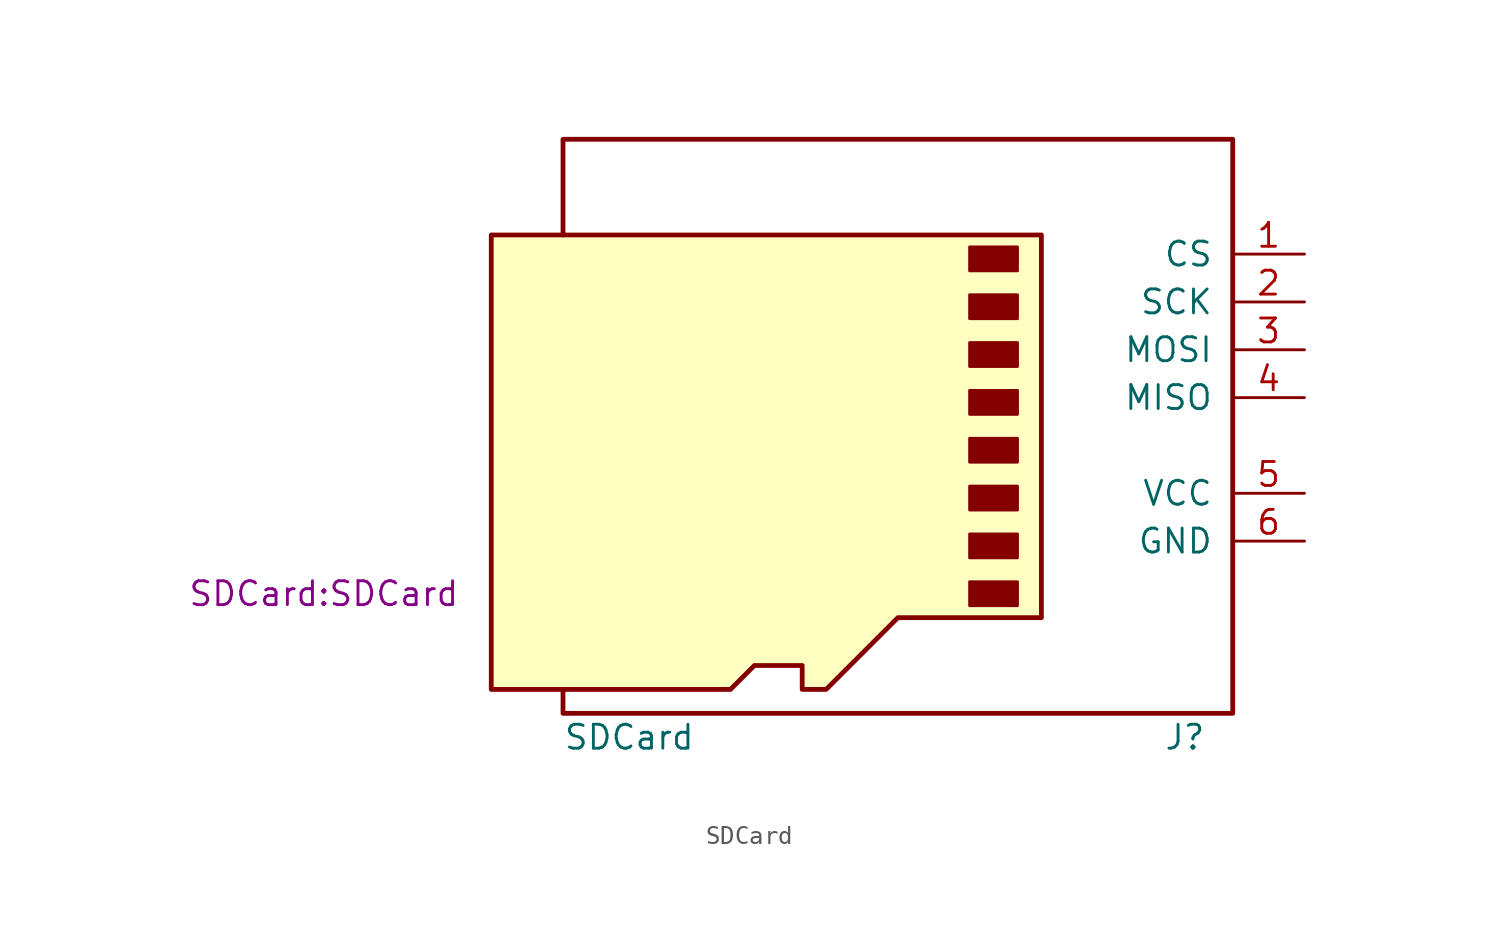
<source format=kicad_sym>
(kicad_symbol_lib
  (version 20241209)
  (generator "kicad_symbol_editor")
  (generator_version "9.0")
  (symbol "SDCard"
    (pin_names
      (offset 1.016))
    (property "Reference" "J"
      (at 16.51 -15.494 0)
      (effects (font (size 1.27 1.27))))
    (property "Value" "SDCard"
      (at -16.51 -15.494 0)
      (effects (font (size 1.27 1.27)) (justify left)))
    (property "Footprint" "SDCard:SDCard"
      (at -29.21 -7.874 0)
      (effects (font (size 1.27 1.27))))
    (symbol "SDCard_0_1"
      (polyline (pts (xy -16.51 -12.954) (xy -16.51 -14.224) (xy 19.05 -14.224) (xy 19.05 16.256) (xy -16.51 16.256) (xy -16.51 11.176)) (stroke (width 0.254) (type default)) (fill (type none)))
      (rectangle (start 7.62 9.271) (end 5.08 10.541) (stroke (width 0) (type default)) (fill (type outline)))
      (rectangle (start 7.62 6.731) (end 5.08 8.001) (stroke (width 0) (type default)) (fill (type outline)))
      (rectangle (start 7.62 4.191) (end 5.08 5.461) (stroke (width 0) (type default)) (fill (type outline)))
      (rectangle (start 7.62 1.651) (end 5.08 2.921) (stroke (width 0) (type default)) (fill (type outline)))
      (rectangle (start 7.62 -0.889) (end 5.08 0.381) (stroke (width 0) (type default)) (fill (type outline)))
      (rectangle (start 7.62 -3.429) (end 5.08 -2.159) (stroke (width 0) (type default)) (fill (type outline)))
      (rectangle (start 7.62 -5.969) (end 5.08 -4.699) (stroke (width 0) (type default)) (fill (type outline)))
      (rectangle (start 7.62 -8.509) (end 5.08 -7.239) (stroke (width 0) (type default)) (fill (type outline)))
      (polyline (pts (xy 8.89 11.176) (xy 8.89 -9.144) (xy 1.27 -9.144) (xy -2.54 -12.954) (xy -3.81 -12.954) (xy -3.81 -11.684) (xy -6.35 -11.684) (xy -7.62 -12.954) (xy -20.32 -12.954) (xy -20.32 11.176) (xy 8.89 11.176)) (stroke (width 0.254) (type default)) (fill (type background))))
    (symbol "SDCard_1_1"
      (pin input line (at 22.86 10.16 180) (length 3.81) (name "CS" (effects (font (size 1.27 1.27)))) (number "1" (effects (font (size 1.27 1.27)))))
      (pin input line (at 22.86 7.62 180) (length 3.81) (name "SCK" (effects (font (size 1.27 1.27)))) (number "2" (effects (font (size 1.27 1.27)))))
      (pin input line (at 22.86 5.08 180) (length 3.81) (name "MOSI" (effects (font (size 1.27 1.27)))) (number "3" (effects (font (size 1.27 1.27)))))
      (pin output line (at 22.86 2.54 180) (length 3.81) (name "MISO" (effects (font (size 1.27 1.27)))) (number "4" (effects (font (size 1.27 1.27)))))
      (pin power_in line (at 22.86 -2.54 180) (length 3.81) (name "VCC" (effects (font (size 1.27 1.27)))) (number "5" (effects (font (size 1.27 1.27)))))
      (pin power_in line (at 22.86 -5.08 180) (length 3.81) (name "GND" (effects (font (size 1.27 1.27)))) (number "6" (effects (font (size 1.27 1.27))))))))
</source>
